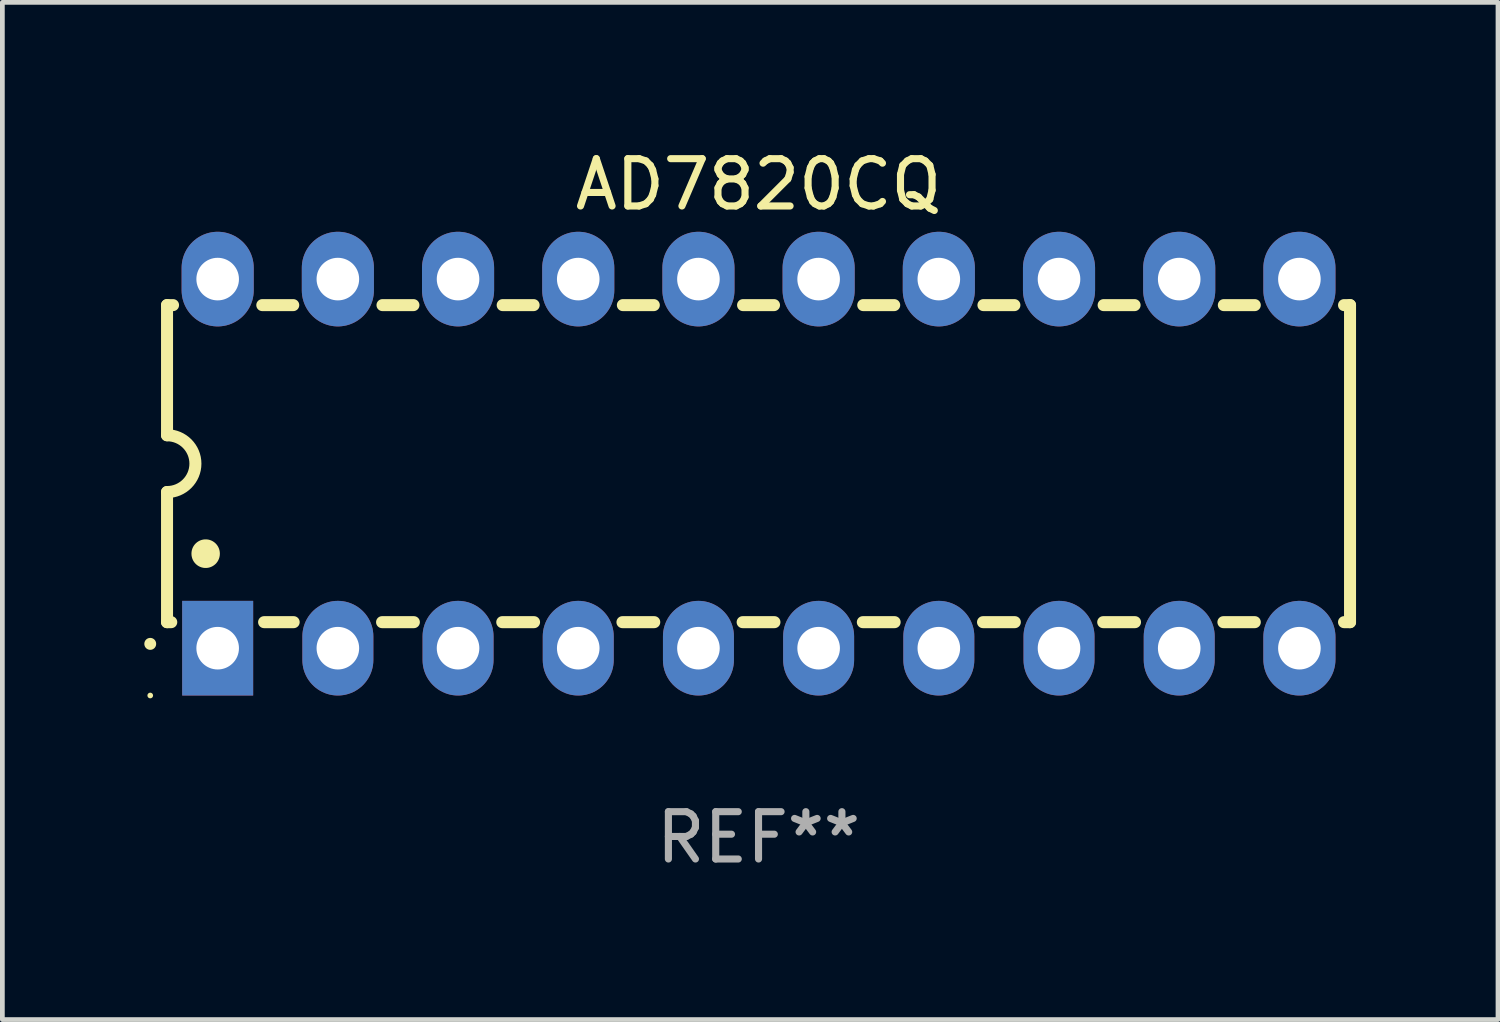
<source format=kicad_pcb>
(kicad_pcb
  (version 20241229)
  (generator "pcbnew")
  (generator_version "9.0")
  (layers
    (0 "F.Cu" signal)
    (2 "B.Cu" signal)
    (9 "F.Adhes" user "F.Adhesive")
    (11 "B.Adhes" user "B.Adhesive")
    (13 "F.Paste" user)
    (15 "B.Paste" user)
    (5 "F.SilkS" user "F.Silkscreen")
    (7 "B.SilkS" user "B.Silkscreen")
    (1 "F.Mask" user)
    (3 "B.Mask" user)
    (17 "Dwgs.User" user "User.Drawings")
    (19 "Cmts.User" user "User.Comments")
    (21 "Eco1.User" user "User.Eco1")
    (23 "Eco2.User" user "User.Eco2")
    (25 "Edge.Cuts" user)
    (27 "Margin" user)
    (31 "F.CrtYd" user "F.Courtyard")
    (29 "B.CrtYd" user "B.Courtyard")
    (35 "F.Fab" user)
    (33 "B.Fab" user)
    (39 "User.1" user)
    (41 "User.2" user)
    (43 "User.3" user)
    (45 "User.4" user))
  (footprint "AD7820CQ"
    (layer "F.Cu")
    (at 12.98 6.748)
    (property "Reference" "AD7820CQ" (at 0 -5.9 0) (layer "F.SilkS") (effects (font (size 1 1) (thickness 0.15))))
    (attr through_hole)
    (fp_line (start -12.5 -3.35) (end -12.373 -3.35) (stroke (width 0.254) (type solid)) (layer "F.SilkS"))
    (fp_line (start -12.5 -0.6) (end -12.5 -3.35) (stroke (width 0.254) (type solid)) (layer "F.SilkS"))
    (fp_line (start -12.5 3.35) (end -12.5 0.6) (stroke (width 0.254) (type solid)) (layer "F.SilkS"))
    (fp_line (start -12.5 3.35) (end -12.411 3.35) (stroke (width 0.254) (type solid)) (layer "F.SilkS"))
    (fp_line (start -10.487 -3.35) (end -9.833 -3.35) (stroke (width 0.254) (type solid)) (layer "F.SilkS"))
    (fp_line (start -10.449 3.35) (end -9.824 3.35) (stroke (width 0.254) (type solid)) (layer "F.SilkS"))
    (fp_line (start -7.956 3.35) (end -7.284 3.35) (stroke (width 0.254) (type solid)) (layer "F.SilkS"))
    (fp_line (start -7.947 -3.35) (end -7.293 -3.35) (stroke (width 0.254) (type solid)) (layer "F.SilkS"))
    (fp_line (start -5.416 3.35) (end -4.744 3.35) (stroke (width 0.254) (type solid)) (layer "F.SilkS"))
    (fp_line (start -5.407 -3.35) (end -4.753 -3.35) (stroke (width 0.254) (type solid)) (layer "F.SilkS"))
    (fp_line (start -2.876 3.35) (end -2.204 3.35) (stroke (width 0.254) (type solid)) (layer "F.SilkS"))
    (fp_line (start -2.867 -3.35) (end -2.213 -3.35) (stroke (width 0.254) (type solid)) (layer "F.SilkS"))
    (fp_line (start -0.336 3.35) (end 0.336 3.35) (stroke (width 0.254) (type solid)) (layer "F.SilkS"))
    (fp_line (start -0.327 -3.35) (end 0.327 -3.35) (stroke (width 0.254) (type solid)) (layer "F.SilkS"))
    (fp_line (start 2.204 3.35) (end 2.876 3.35) (stroke (width 0.254) (type solid)) (layer "F.SilkS"))
    (fp_line (start 2.213 -3.35) (end 2.867 -3.35) (stroke (width 0.254) (type solid)) (layer "F.SilkS"))
    (fp_line (start 4.744 3.35) (end 5.416 3.35) (stroke (width 0.254) (type solid)) (layer "F.SilkS"))
    (fp_line (start 4.753 -3.35) (end 5.407 -3.35) (stroke (width 0.254) (type solid)) (layer "F.SilkS"))
    (fp_line (start 7.284 3.35) (end 7.956 3.35) (stroke (width 0.254) (type solid)) (layer "F.SilkS"))
    (fp_line (start 7.293 -3.35) (end 7.947 -3.35) (stroke (width 0.254) (type solid)) (layer "F.SilkS"))
    (fp_line (start 9.824 3.35) (end 10.487 3.35) (stroke (width 0.254) (type solid)) (layer "F.SilkS"))
    (fp_line (start 9.833 -3.35) (end 10.487 -3.35) (stroke (width 0.254) (type solid)) (layer "F.SilkS"))
    (fp_line (start 12.373 -3.35) (end 12.5 -3.35) (stroke (width 0.254) (type solid)) (layer "F.SilkS"))
    (fp_line (start 12.373 3.35) (end 12.5 3.35) (stroke (width 0.254) (type solid)) (layer "F.SilkS"))
    (fp_line (start 12.5 -3.35) (end 12.5 3.35) (stroke (width 0.254) (type solid)) (layer "F.SilkS"))
    (fp_arc (start -12.854966 3.810008) (mid -12.854973 3.808738) (end -12.854966 3.807468) (stroke (width 0.25) (type solid)) (layer "F.SilkS"))
    (fp_arc (start -12.500127 -0.599442) (mid -11.900406 0.000228) (end -12.500025 0.6) (stroke (width 0.254001) (type solid)) (layer "F.SilkS"))
    (fp_arc (start -11.684023 1.905004) (mid -11.684034 1.902464) (end -11.684023 1.899924) (stroke (width 0.6) (type solid)) (layer "F.SilkS"))
    (fp_circle (center -12.855 4.9) (end -12.825 4.9) (stroke (width 0.06) (type solid)) (fill no) (layer "F.SilkS"))
    (fp_text user "REF**" (at 0 7.9 0) (layer "F.Fab") (effects (font (size 1 1) (thickness 0.15))))
    (pad "1" thru_hole rect (at -11.43 3.9 90) (size 2 1.5) (drill 0.9) (layers "*.Cu" "*.Mask"))
    (pad "2" thru_hole oval (at -8.89 3.9 90) (size 2 1.5) (drill 0.9) (layers "*.Cu" "*.Mask"))
    (pad "3" thru_hole oval (at -6.35 3.9 90) (size 2 1.5) (drill 0.9) (layers "*.Cu" "*.Mask"))
    (pad "4" thru_hole oval (at -3.81 3.9 90) (size 2 1.5) (drill 0.9) (layers "*.Cu" "*.Mask"))
    (pad "5" thru_hole oval (at -1.27 3.9 90) (size 2 1.5) (drill 0.9) (layers "*.Cu" "*.Mask"))
    (pad "6" thru_hole oval (at 1.27 3.9 90) (size 2 1.5) (drill 0.9) (layers "*.Cu" "*.Mask"))
    (pad "7" thru_hole oval (at 3.81 3.9 90) (size 2 1.5) (drill 0.9) (layers "*.Cu" "*.Mask"))
    (pad "8" thru_hole oval (at 6.35 3.9 90) (size 2 1.5) (drill 0.9) (layers "*.Cu" "*.Mask"))
    (pad "9" thru_hole oval (at 8.89 3.9 90) (size 2 1.5) (drill 0.9) (layers "*.Cu" "*.Mask"))
    (pad "10" thru_hole oval (at 11.43 3.9 90) (size 2 1.524) (drill 0.9) (layers "*.Cu" "*.Mask"))
    (pad "11" thru_hole oval (at 11.43 -3.9 90) (size 2 1.524) (drill 0.9) (layers "*.Cu" "*.Mask"))
    (pad "12" thru_hole oval (at 8.89 -3.9 90) (size 2 1.524) (drill 0.9) (layers "*.Cu" "*.Mask"))
    (pad "13" thru_hole oval (at 6.35 -3.9 90) (size 2 1.524) (drill 0.9) (layers "*.Cu" "*.Mask"))
    (pad "14" thru_hole oval (at 3.81 -3.9 90) (size 2 1.524) (drill 0.9) (layers "*.Cu" "*.Mask"))
    (pad "15" thru_hole oval (at 1.27 -3.9 90) (size 2 1.524) (drill 0.9) (layers "*.Cu" "*.Mask"))
    (pad "16" thru_hole oval (at -1.27 -3.9 90) (size 2 1.524) (drill 0.9) (layers "*.Cu" "*.Mask"))
    (pad "17" thru_hole oval (at -3.81 -3.9 90) (size 2 1.524) (drill 0.9) (layers "*.Cu" "*.Mask"))
    (pad "18" thru_hole oval (at -6.35 -3.9 90) (size 2 1.524) (drill 0.9) (layers "*.Cu" "*.Mask"))
    (pad "19" thru_hole oval (at -8.89 -3.9 90) (size 2 1.524) (drill 0.9) (layers "*.Cu" "*.Mask"))
    (pad "20" thru_hole oval (at -11.43 -3.9 90) (size 2 1.524) (drill 0.9) (layers "*.Cu" "*.Mask")))
  (gr_rect
    (start -3 -3)
    (end 28.607 18.496)
    (stroke (width 0.1) (type default))
    (fill no)
    (layer "Edge.Cuts")))
</source>
